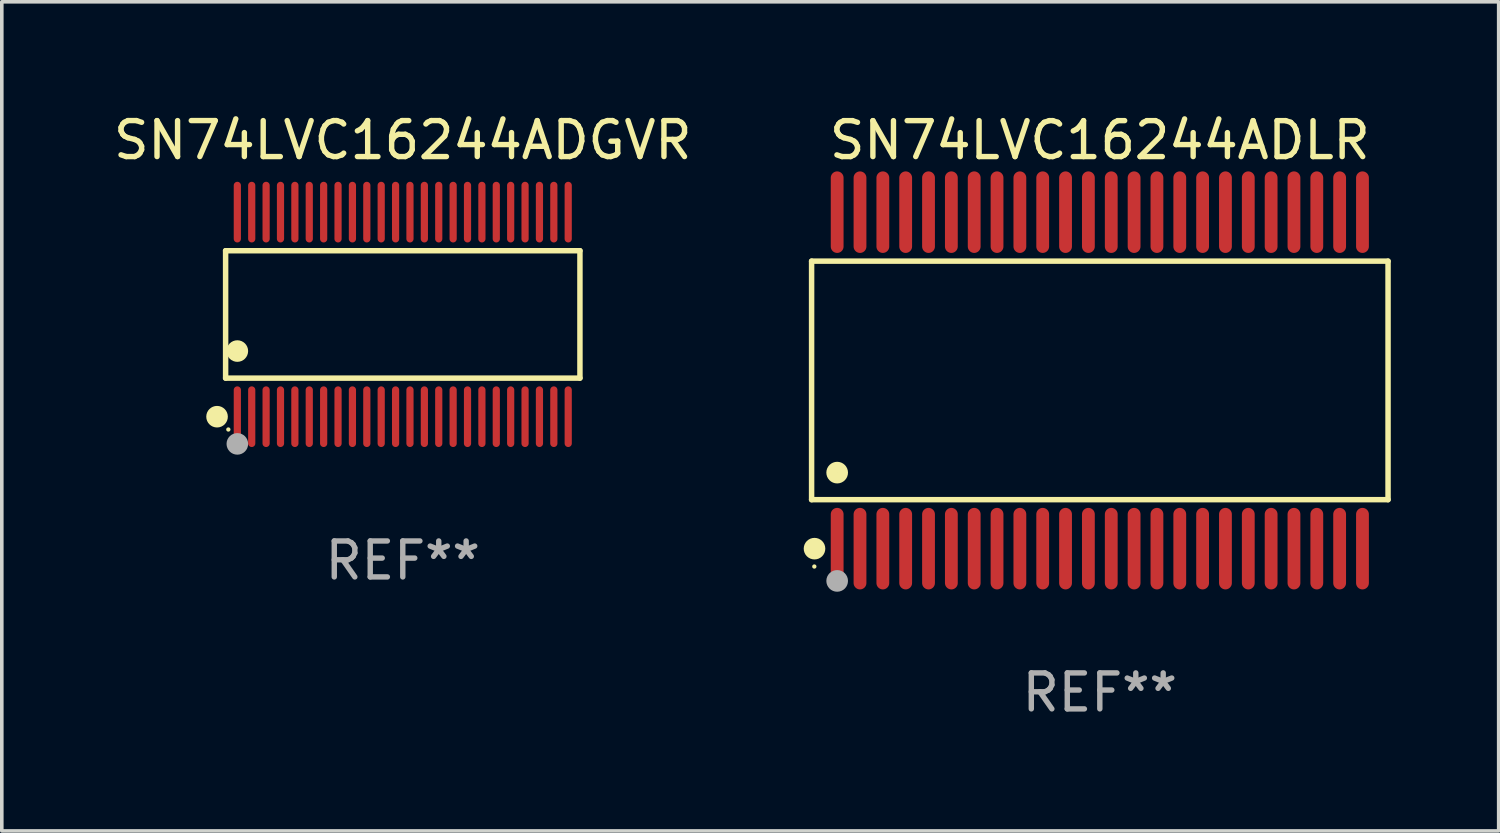
<source format=kicad_pcb>
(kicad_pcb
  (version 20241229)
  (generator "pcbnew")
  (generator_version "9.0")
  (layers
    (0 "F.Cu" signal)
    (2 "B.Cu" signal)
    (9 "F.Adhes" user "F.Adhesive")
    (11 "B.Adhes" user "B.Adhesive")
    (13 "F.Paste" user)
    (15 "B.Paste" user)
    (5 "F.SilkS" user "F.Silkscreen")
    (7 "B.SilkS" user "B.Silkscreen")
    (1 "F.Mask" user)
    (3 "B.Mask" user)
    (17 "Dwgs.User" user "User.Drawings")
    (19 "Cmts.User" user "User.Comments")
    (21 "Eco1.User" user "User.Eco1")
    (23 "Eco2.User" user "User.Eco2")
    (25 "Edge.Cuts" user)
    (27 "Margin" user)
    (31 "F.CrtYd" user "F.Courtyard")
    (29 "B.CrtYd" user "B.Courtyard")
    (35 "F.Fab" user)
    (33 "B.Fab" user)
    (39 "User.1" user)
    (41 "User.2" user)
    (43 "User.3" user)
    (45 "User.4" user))
  (footprint "SN74LVC16244ADLR"
    (layer "F.Cu")
    (at 27.53 7.527)
    (property "Reference" "SN74LVC16244ADLR" (at 0 -6.678 0) (layer "F.SilkS") (effects (font (size 1 1) (thickness 0.15))))
    (attr through_hole)
    (fp_line (start -8.014 -3.316) (end 8.014 -3.316) (stroke (width 0.152) (type solid)) (layer "F.SilkS"))
    (fp_line (start -8.014 3.316) (end -8.014 -3.316) (stroke (width 0.152) (type solid)) (layer "F.SilkS"))
    (fp_line (start 8.014 -3.316) (end 8.014 3.316) (stroke (width 0.152) (type solid)) (layer "F.SilkS"))
    (fp_line (start 8.014 3.316) (end -8.014 3.316) (stroke (width 0.152) (type solid)) (layer "F.SilkS"))
    (fp_circle (center -7.938 5.175) (end -7.908 5.175) (stroke (width 0.06) (type solid)) (fill no) (layer "F.SilkS"))
    (fp_circle (center -7.933 4.678) (end -7.783 4.678) (stroke (width 0.3) (type solid)) (fill no) (layer "F.SilkS"))
    (fp_circle (center -7.303 2.564) (end -7.152 2.564) (stroke (width 0.3) (type solid)) (fill no) (layer "F.SilkS"))
    (fp_circle (center -7.303 5.575) (end -7.152 5.575) (stroke (width 0.3) (type solid)) (fill no) (layer "F.Fab"))
    (fp_text user "REF**" (at 0 8.678 0) (layer "F.Fab") (effects (font (size 1 1) (thickness 0.15))))
    (pad "1" smd oval (at -7.303 4.678) (size 0.356 2.267) (layers "F.Cu" "F.Mask" "F.Paste"))
    (pad "2" smd oval (at -6.668 4.678) (size 0.356 2.267) (layers "F.Cu" "F.Mask" "F.Paste"))
    (pad "3" smd oval (at -6.033 4.678) (size 0.356 2.267) (layers "F.Cu" "F.Mask" "F.Paste"))
    (pad "4" smd oval (at -5.398 4.678) (size 0.356 2.267) (layers "F.Cu" "F.Mask" "F.Paste"))
    (pad "5" smd oval (at -4.763 4.678) (size 0.356 2.267) (layers "F.Cu" "F.Mask" "F.Paste"))
    (pad "6" smd oval (at -4.128 4.678) (size 0.356 2.267) (layers "F.Cu" "F.Mask" "F.Paste"))
    (pad "7" smd oval (at -3.493 4.678) (size 0.356 2.267) (layers "F.Cu" "F.Mask" "F.Paste"))
    (pad "8" smd oval (at -2.858 4.678) (size 0.356 2.267) (layers "F.Cu" "F.Mask" "F.Paste"))
    (pad "9" smd oval (at -2.223 4.678) (size 0.356 2.267) (layers "F.Cu" "F.Mask" "F.Paste"))
    (pad "10" smd oval (at -1.588 4.678) (size 0.356 2.267) (layers "F.Cu" "F.Mask" "F.Paste"))
    (pad "11" smd oval (at -0.953 4.678) (size 0.356 2.267) (layers "F.Cu" "F.Mask" "F.Paste"))
    (pad "12" smd oval (at -0.318 4.678) (size 0.356 2.267) (layers "F.Cu" "F.Mask" "F.Paste"))
    (pad "13" smd oval (at 0.318 4.678) (size 0.356 2.267) (layers "F.Cu" "F.Mask" "F.Paste"))
    (pad "14" smd oval (at 0.953 4.678) (size 0.356 2.267) (layers "F.Cu" "F.Mask" "F.Paste"))
    (pad "15" smd oval (at 1.588 4.678) (size 0.356 2.267) (layers "F.Cu" "F.Mask" "F.Paste"))
    (pad "16" smd oval (at 2.223 4.678) (size 0.356 2.267) (layers "F.Cu" "F.Mask" "F.Paste"))
    (pad "17" smd oval (at 2.858 4.678) (size 0.356 2.267) (layers "F.Cu" "F.Mask" "F.Paste"))
    (pad "18" smd oval (at 3.493 4.678) (size 0.356 2.267) (layers "F.Cu" "F.Mask" "F.Paste"))
    (pad "19" smd oval (at 4.128 4.678) (size 0.356 2.267) (layers "F.Cu" "F.Mask" "F.Paste"))
    (pad "20" smd oval (at 4.763 4.678) (size 0.356 2.267) (layers "F.Cu" "F.Mask" "F.Paste"))
    (pad "21" smd oval (at 5.398 4.678) (size 0.356 2.267) (layers "F.Cu" "F.Mask" "F.Paste"))
    (pad "22" smd oval (at 6.033 4.678) (size 0.356 2.267) (layers "F.Cu" "F.Mask" "F.Paste"))
    (pad "23" smd oval (at 6.668 4.678) (size 0.356 2.267) (layers "F.Cu" "F.Mask" "F.Paste"))
    (pad "24" smd oval (at 7.303 4.678) (size 0.356 2.267) (layers "F.Cu" "F.Mask" "F.Paste"))
    (pad "25" smd oval (at 7.303 -4.678) (size 0.356 2.267) (layers "F.Cu" "F.Mask" "F.Paste"))
    (pad "26" smd oval (at 6.668 -4.678) (size 0.356 2.267) (layers "F.Cu" "F.Mask" "F.Paste"))
    (pad "27" smd oval (at 6.033 -4.678) (size 0.356 2.267) (layers "F.Cu" "F.Mask" "F.Paste"))
    (pad "28" smd oval (at 5.398 -4.678) (size 0.356 2.267) (layers "F.Cu" "F.Mask" "F.Paste"))
    (pad "29" smd oval (at 4.763 -4.678) (size 0.356 2.267) (layers "F.Cu" "F.Mask" "F.Paste"))
    (pad "30" smd oval (at 4.128 -4.678) (size 0.356 2.267) (layers "F.Cu" "F.Mask" "F.Paste"))
    (pad "31" smd oval (at 3.493 -4.678) (size 0.356 2.267) (layers "F.Cu" "F.Mask" "F.Paste"))
    (pad "32" smd oval (at 2.858 -4.678) (size 0.356 2.267) (layers "F.Cu" "F.Mask" "F.Paste"))
    (pad "33" smd oval (at 2.223 -4.678) (size 0.356 2.267) (layers "F.Cu" "F.Mask" "F.Paste"))
    (pad "34" smd oval (at 1.588 -4.678) (size 0.356 2.267) (layers "F.Cu" "F.Mask" "F.Paste"))
    (pad "35" smd oval (at 0.953 -4.678) (size 0.356 2.267) (layers "F.Cu" "F.Mask" "F.Paste"))
    (pad "36" smd oval (at 0.318 -4.678) (size 0.356 2.267) (layers "F.Cu" "F.Mask" "F.Paste"))
    (pad "37" smd oval (at -0.318 -4.678) (size 0.356 2.267) (layers "F.Cu" "F.Mask" "F.Paste"))
    (pad "38" smd oval (at -0.953 -4.678) (size 0.356 2.267) (layers "F.Cu" "F.Mask" "F.Paste"))
    (pad "39" smd oval (at -1.588 -4.678) (size 0.356 2.267) (layers "F.Cu" "F.Mask" "F.Paste"))
    (pad "40" smd oval (at -2.223 -4.678) (size 0.356 2.267) (layers "F.Cu" "F.Mask" "F.Paste"))
    (pad "41" smd oval (at -2.858 -4.678) (size 0.356 2.267) (layers "F.Cu" "F.Mask" "F.Paste"))
    (pad "42" smd oval (at -3.493 -4.678) (size 0.356 2.267) (layers "F.Cu" "F.Mask" "F.Paste"))
    (pad "43" smd oval (at -4.128 -4.678) (size 0.356 2.267) (layers "F.Cu" "F.Mask" "F.Paste"))
    (pad "44" smd oval (at -4.763 -4.678) (size 0.356 2.267) (layers "F.Cu" "F.Mask" "F.Paste"))
    (pad "45" smd oval (at -5.398 -4.678) (size 0.356 2.267) (layers "F.Cu" "F.Mask" "F.Paste"))
    (pad "46" smd oval (at -6.033 -4.678) (size 0.356 2.267) (layers "F.Cu" "F.Mask" "F.Paste"))
    (pad "47" smd oval (at -6.668 -4.678) (size 0.356 2.267) (layers "F.Cu" "F.Mask" "F.Paste"))
    (pad "48" smd oval (at -7.303 -4.678) (size 0.356 2.267) (layers "F.Cu" "F.Mask" "F.Paste")))
  (footprint "SN74LVC16244ADGVR"
    (layer "F.Cu")
    (at 8.149 5.692)
    (property "Reference" "SN74LVC16244ADGVR" (at 0 -4.844 0) (layer "F.SilkS") (effects (font (size 1 1) (thickness 0.15))))
    (attr through_hole)
    (fp_line (start -4.926 -1.771) (end 4.926 -1.771) (stroke (width 0.152) (type solid)) (layer "F.SilkS"))
    (fp_line (start -4.926 1.771) (end -4.926 -1.771) (stroke (width 0.152) (type solid)) (layer "F.SilkS"))
    (fp_line (start 4.926 -1.771) (end 4.926 1.771) (stroke (width 0.152) (type solid)) (layer "F.SilkS"))
    (fp_line (start 4.926 1.771) (end -4.926 1.771) (stroke (width 0.152) (type solid)) (layer "F.SilkS"))
    (fp_circle (center -5.164 2.844) (end -5.014 2.844) (stroke (width 0.3) (type solid)) (fill no) (layer "F.SilkS"))
    (fp_circle (center -4.85 3.2) (end -4.82 3.2) (stroke (width 0.06) (type solid)) (fill no) (layer "F.SilkS"))
    (fp_circle (center -4.6 1.019) (end -4.45 1.019) (stroke (width 0.3) (type solid)) (fill no) (layer "F.SilkS"))
    (fp_circle (center -4.6 3.6) (end -4.45 3.6) (stroke (width 0.3) (type solid)) (fill no) (layer "F.Fab"))
    (fp_text user "REF**" (at 0 6.844 0) (layer "F.Fab") (effects (font (size 1 1) (thickness 0.15))))
    (pad "1" smd oval (at -4.6 2.844) (size 0.2 1.687) (layers "F.Cu" "F.Mask" "F.Paste"))
    (pad "2" smd oval (at -4.2 2.844) (size 0.2 1.687) (layers "F.Cu" "F.Mask" "F.Paste"))
    (pad "3" smd oval (at -3.8 2.844) (size 0.2 1.687) (layers "F.Cu" "F.Mask" "F.Paste"))
    (pad "4" smd oval (at -3.4 2.844) (size 0.2 1.687) (layers "F.Cu" "F.Mask" "F.Paste"))
    (pad "5" smd oval (at -3 2.844) (size 0.2 1.687) (layers "F.Cu" "F.Mask" "F.Paste"))
    (pad "6" smd oval (at -2.6 2.844) (size 0.2 1.687) (layers "F.Cu" "F.Mask" "F.Paste"))
    (pad "7" smd oval (at -2.2 2.844) (size 0.2 1.687) (layers "F.Cu" "F.Mask" "F.Paste"))
    (pad "8" smd oval (at -1.8 2.844) (size 0.2 1.687) (layers "F.Cu" "F.Mask" "F.Paste"))
    (pad "9" smd oval (at -1.4 2.844) (size 0.2 1.687) (layers "F.Cu" "F.Mask" "F.Paste"))
    (pad "10" smd oval (at -1 2.844) (size 0.2 1.687) (layers "F.Cu" "F.Mask" "F.Paste"))
    (pad "11" smd oval (at -0.6 2.844) (size 0.2 1.687) (layers "F.Cu" "F.Mask" "F.Paste"))
    (pad "12" smd oval (at -0.2 2.844) (size 0.2 1.687) (layers "F.Cu" "F.Mask" "F.Paste"))
    (pad "13" smd oval (at 0.2 2.844) (size 0.2 1.687) (layers "F.Cu" "F.Mask" "F.Paste"))
    (pad "14" smd oval (at 0.6 2.844) (size 0.2 1.687) (layers "F.Cu" "F.Mask" "F.Paste"))
    (pad "15" smd oval (at 1 2.844) (size 0.2 1.687) (layers "F.Cu" "F.Mask" "F.Paste"))
    (pad "16" smd oval (at 1.4 2.844) (size 0.2 1.687) (layers "F.Cu" "F.Mask" "F.Paste"))
    (pad "17" smd oval (at 1.8 2.844) (size 0.2 1.687) (layers "F.Cu" "F.Mask" "F.Paste"))
    (pad "18" smd oval (at 2.2 2.844) (size 0.2 1.687) (layers "F.Cu" "F.Mask" "F.Paste"))
    (pad "19" smd oval (at 2.6 2.844) (size 0.2 1.687) (layers "F.Cu" "F.Mask" "F.Paste"))
    (pad "20" smd oval (at 3 2.844) (size 0.2 1.687) (layers "F.Cu" "F.Mask" "F.Paste"))
    (pad "21" smd oval (at 3.4 2.844) (size 0.2 1.687) (layers "F.Cu" "F.Mask" "F.Paste"))
    (pad "22" smd oval (at 3.8 2.844) (size 0.2 1.687) (layers "F.Cu" "F.Mask" "F.Paste"))
    (pad "23" smd oval (at 4.2 2.844) (size 0.2 1.687) (layers "F.Cu" "F.Mask" "F.Paste"))
    (pad "24" smd oval (at 4.6 2.844) (size 0.2 1.687) (layers "F.Cu" "F.Mask" "F.Paste"))
    (pad "25" smd oval (at 4.6 -2.844) (size 0.2 1.687) (layers "F.Cu" "F.Mask" "F.Paste"))
    (pad "26" smd oval (at 4.2 -2.844) (size 0.2 1.687) (layers "F.Cu" "F.Mask" "F.Paste"))
    (pad "27" smd oval (at 3.8 -2.844) (size 0.2 1.687) (layers "F.Cu" "F.Mask" "F.Paste"))
    (pad "28" smd oval (at 3.4 -2.844) (size 0.2 1.687) (layers "F.Cu" "F.Mask" "F.Paste"))
    (pad "29" smd oval (at 3 -2.844) (size 0.2 1.687) (layers "F.Cu" "F.Mask" "F.Paste"))
    (pad "30" smd oval (at 2.6 -2.844) (size 0.2 1.687) (layers "F.Cu" "F.Mask" "F.Paste"))
    (pad "31" smd oval (at 2.2 -2.844) (size 0.2 1.687) (layers "F.Cu" "F.Mask" "F.Paste"))
    (pad "32" smd oval (at 1.8 -2.844) (size 0.2 1.687) (layers "F.Cu" "F.Mask" "F.Paste"))
    (pad "33" smd oval (at 1.4 -2.844) (size 0.2 1.687) (layers "F.Cu" "F.Mask" "F.Paste"))
    (pad "34" smd oval (at 1 -2.844) (size 0.2 1.687) (layers "F.Cu" "F.Mask" "F.Paste"))
    (pad "35" smd oval (at 0.6 -2.844) (size 0.2 1.687) (layers "F.Cu" "F.Mask" "F.Paste"))
    (pad "36" smd oval (at 0.2 -2.844) (size 0.2 1.687) (layers "F.Cu" "F.Mask" "F.Paste"))
    (pad "37" smd oval (at -0.2 -2.844) (size 0.2 1.687) (layers "F.Cu" "F.Mask" "F.Paste"))
    (pad "38" smd oval (at -0.6 -2.844) (size 0.2 1.687) (layers "F.Cu" "F.Mask" "F.Paste"))
    (pad "39" smd oval (at -1 -2.844) (size 0.2 1.687) (layers "F.Cu" "F.Mask" "F.Paste"))
    (pad "40" smd oval (at -1.4 -2.844) (size 0.2 1.687) (layers "F.Cu" "F.Mask" "F.Paste"))
    (pad "41" smd oval (at -1.8 -2.844) (size 0.2 1.687) (layers "F.Cu" "F.Mask" "F.Paste"))
    (pad "42" smd oval (at -2.2 -2.844) (size 0.2 1.687) (layers "F.Cu" "F.Mask" "F.Paste"))
    (pad "43" smd oval (at -2.6 -2.844) (size 0.2 1.687) (layers "F.Cu" "F.Mask" "F.Paste"))
    (pad "44" smd oval (at -3 -2.844) (size 0.2 1.687) (layers "F.Cu" "F.Mask" "F.Paste"))
    (pad "45" smd oval (at -3.4 -2.844) (size 0.2 1.687) (layers "F.Cu" "F.Mask" "F.Paste"))
    (pad "46" smd oval (at -3.8 -2.844) (size 0.2 1.687) (layers "F.Cu" "F.Mask" "F.Paste"))
    (pad "47" smd oval (at -4.2 -2.844) (size 0.2 1.687) (layers "F.Cu" "F.Mask" "F.Paste"))
    (pad "48" smd oval (at -4.6 -2.844) (size 0.2 1.687) (layers "F.Cu" "F.Mask" "F.Paste")))
  (gr_rect
    (start -3 -3)
    (end 38.62 20.053)
    (stroke (width 0.1) (type default))
    (fill no)
    (layer "Edge.Cuts")))
</source>
